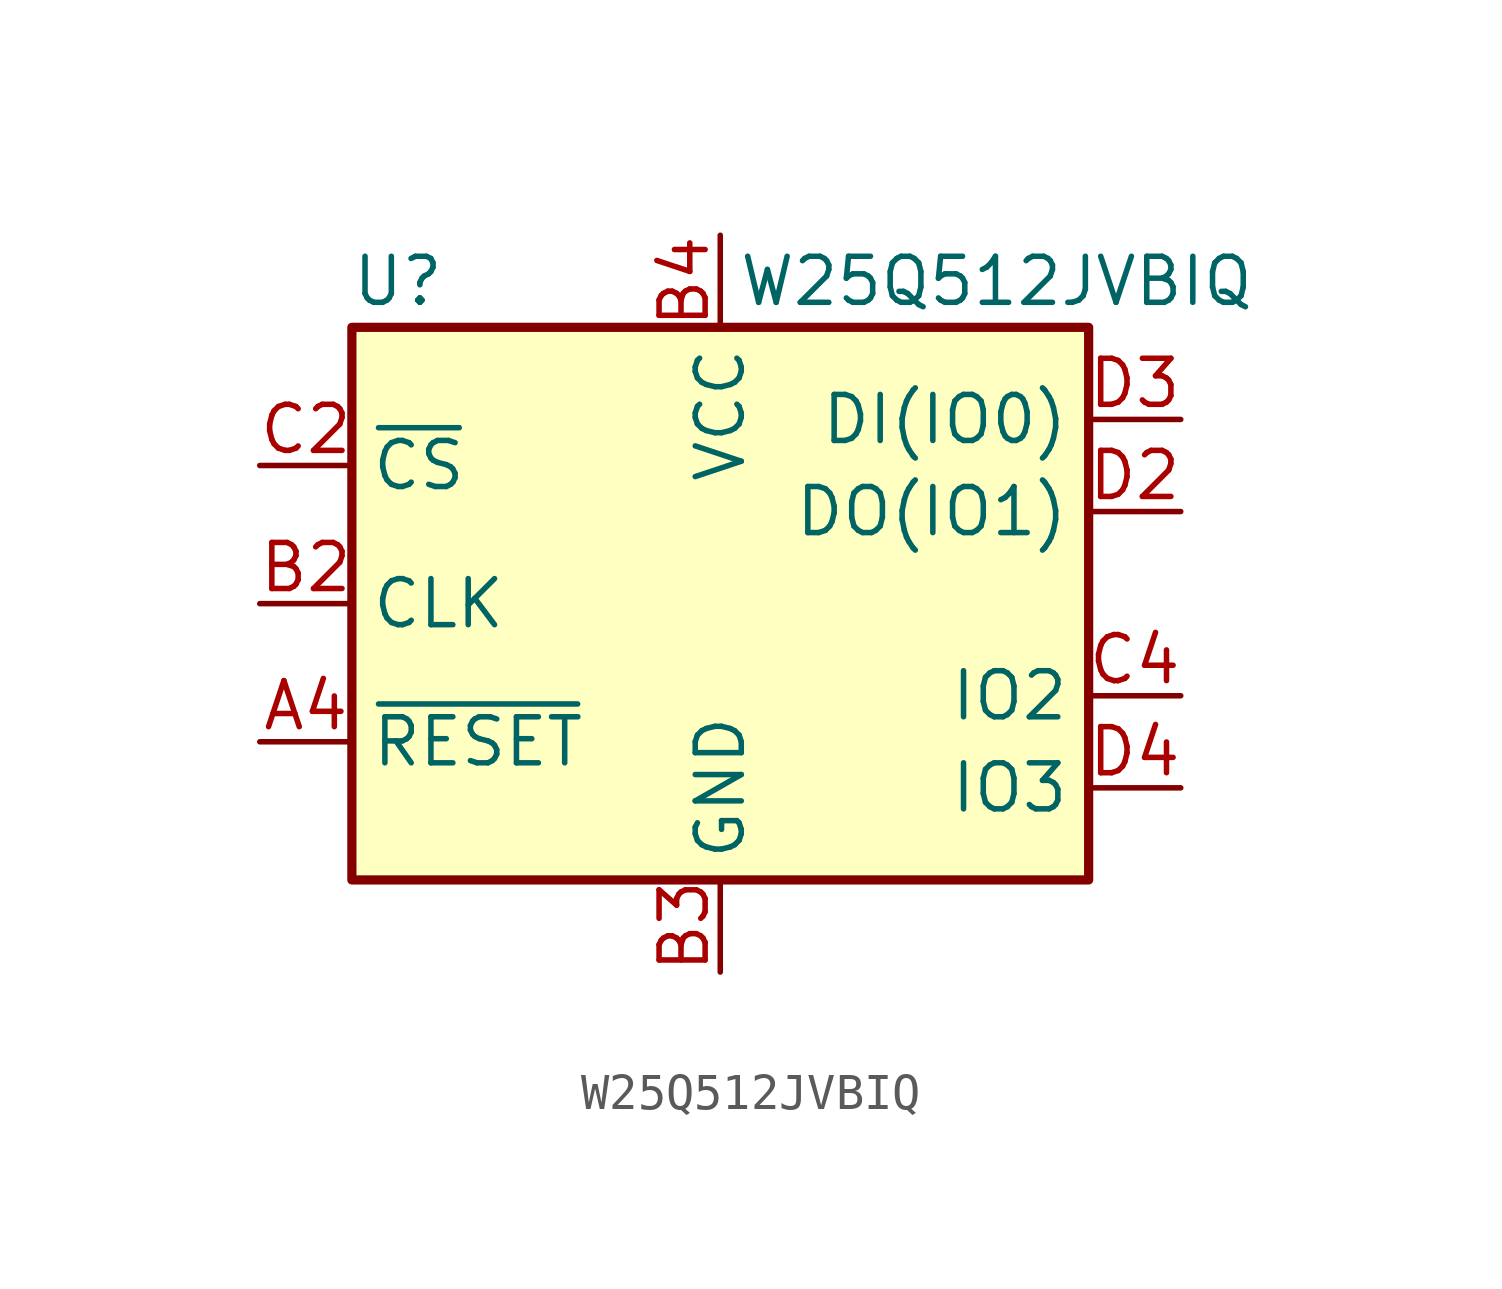
<source format=kicad_sym>
(kicad_symbol_lib
  (version 20200126)
  (host kicad_symbol_editor "(5.99.0-1839-gb83d64fc0)")
  (symbol "Memory_Flash_RD:W25Q512JVBIQ"
    (pin_names
      (offset 0.508))
    (property "Reference" "U"
      (at -8.89 8.89 0)
      (effects (font (size 1.27 1.27))))
    (property "Value" "W25Q512JVBIQ"
      (at 7.62 8.89 0)
      (effects (font (size 1.27 1.27))))
    (symbol "W25Q512JVBIQ_0_1"
      (rectangle (start -10.16 7.62) (end 10.16 -7.62) (stroke (width 0.254)) (fill (type background))))
    (symbol "W25Q512JVBIQ_1_1"
      (pin input line (at -12.7 3.81 0) (length 2.54) (name "~CS" (effects (font (size 1.27 1.27)))) (number "C2" (effects (font (size 1.27 1.27)))))
      (pin bidirectional line (at 12.7 2.54 180) (length 2.54) (name "DO(IO1)" (effects (font (size 1.27 1.27)))) (number "D2" (effects (font (size 1.27 1.27)))))
      (pin bidirectional line (at 12.7 -2.54 180) (length 2.54) (name "IO2" (effects (font (size 1.27 1.27)))) (number "C4" (effects (font (size 1.27 1.27)))))
      (pin power_in line (at 0 -10.16 90) (length 2.54) (name "GND" (effects (font (size 1.27 1.27)))) (number "B3" (effects (font (size 1.27 1.27)))))
      (pin bidirectional line (at 12.7 5.08 180) (length 2.54) (name "DI(IO0)" (effects (font (size 1.27 1.27)))) (number "D3" (effects (font (size 1.27 1.27)))))
      (pin input line (at -12.7 0 0) (length 2.54) (name "CLK" (effects (font (size 1.27 1.27)))) (number "B2" (effects (font (size 1.27 1.27)))))
      (pin bidirectional line (at 12.7 -5.08 180) (length 2.54) (name "IO3" (effects (font (size 1.27 1.27)))) (number "D4" (effects (font (size 1.27 1.27)))))
      (pin power_in line (at 0 10.16 270) (length 2.54) (name "VCC" (effects (font (size 1.27 1.27)))) (number "B4" (effects (font (size 1.27 1.27))))))
    (symbol "W25Q512JVBIQ_0_0"
      (pin input line (at -12.7 -3.81 0) (length 2.54) (name "~RESET" (effects (font (size 1.27 1.27)))) (number "A4" (effects (font (size 1.27 1.27))))))))
</source>
